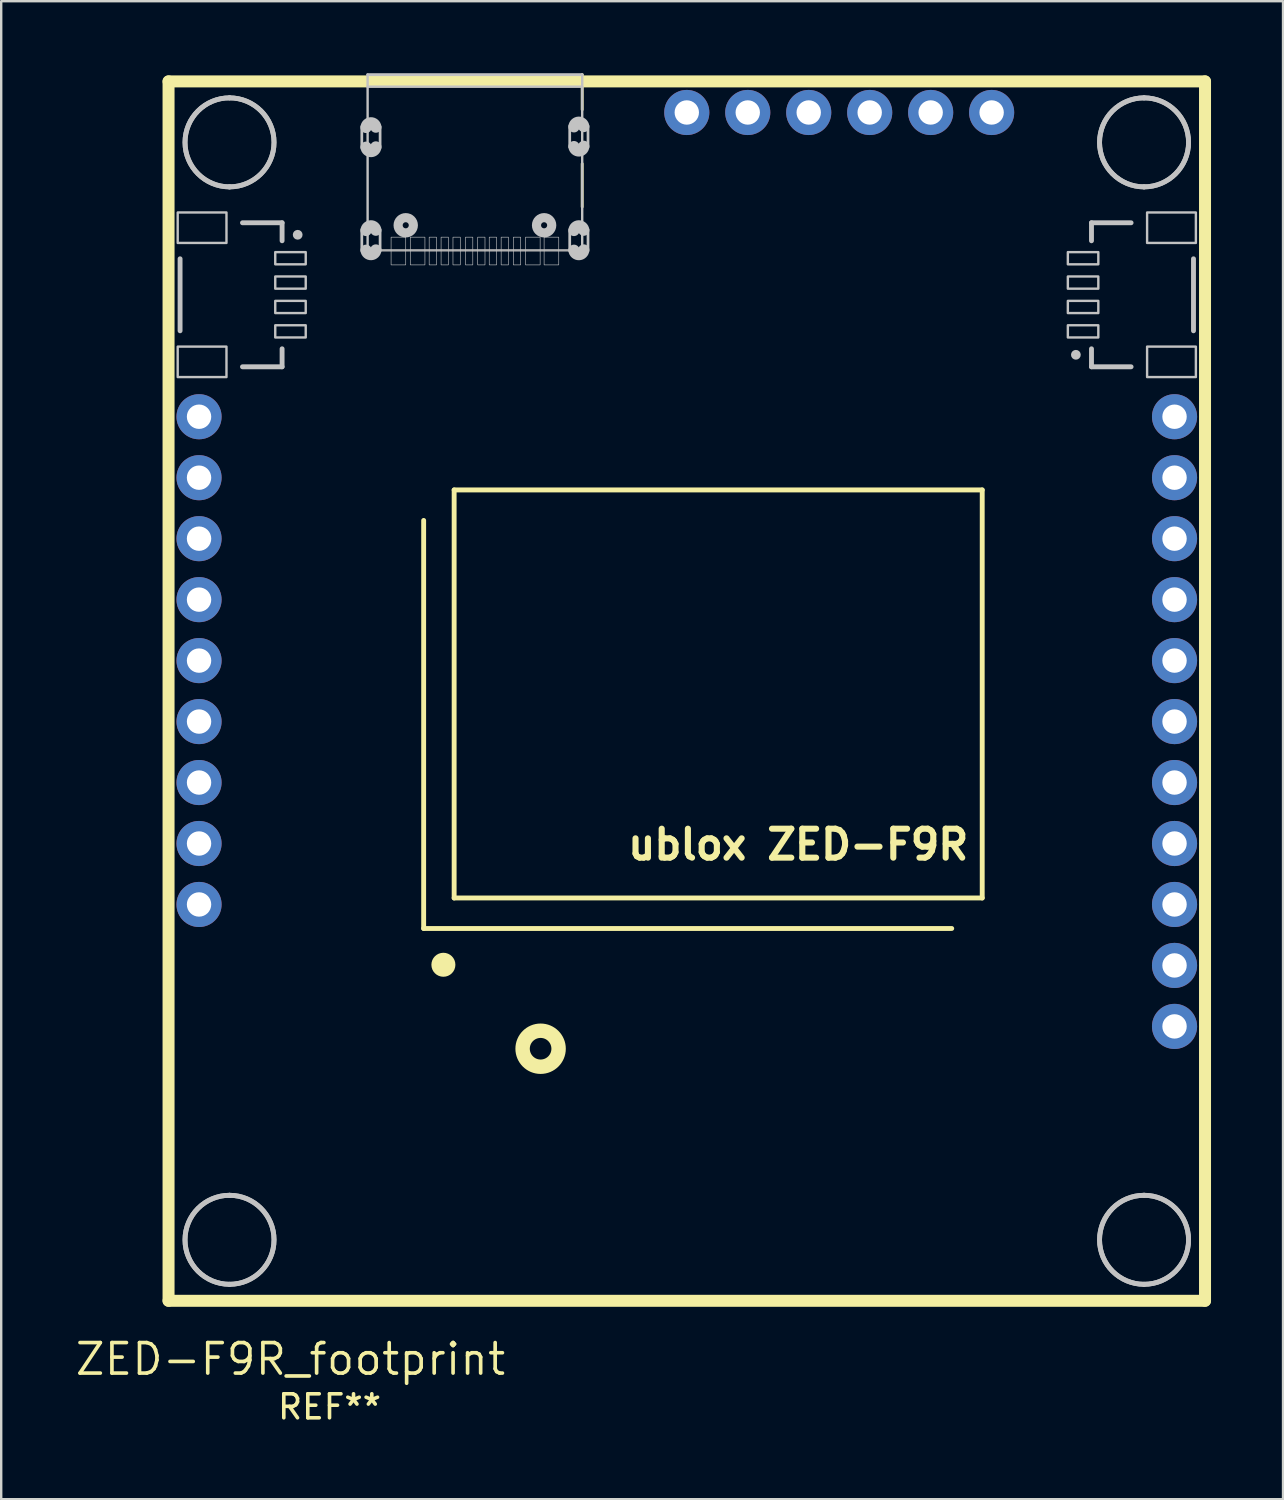
<source format=kicad_pcb>
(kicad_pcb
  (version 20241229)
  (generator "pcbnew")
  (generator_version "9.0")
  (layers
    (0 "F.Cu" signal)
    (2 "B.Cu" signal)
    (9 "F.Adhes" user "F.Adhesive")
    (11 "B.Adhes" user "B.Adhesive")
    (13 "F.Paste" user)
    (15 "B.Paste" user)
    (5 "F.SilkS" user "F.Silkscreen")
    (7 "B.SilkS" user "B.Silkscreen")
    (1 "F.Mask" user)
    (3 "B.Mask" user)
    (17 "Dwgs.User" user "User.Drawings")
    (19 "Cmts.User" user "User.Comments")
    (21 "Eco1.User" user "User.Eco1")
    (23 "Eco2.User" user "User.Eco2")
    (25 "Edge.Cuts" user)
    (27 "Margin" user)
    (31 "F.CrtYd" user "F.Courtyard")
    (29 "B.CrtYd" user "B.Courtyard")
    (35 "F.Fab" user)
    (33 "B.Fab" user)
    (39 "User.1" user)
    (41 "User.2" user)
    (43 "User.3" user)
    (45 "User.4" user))
  (footprint "ZED-F9R_footprint"
    (layer "F.Cu")
    (at 3.972 51.141)
    (property "Reference" "ZED-F9R_footprint" (at 5.08 3.175 0) (layer "F.SilkS") (effects (font (size 1.27 1.27) (thickness 0.152)) (justify bottom)))
    (attr through_hole)
    (fp_line (start 0 0) (end 0 -50.8) (stroke (width 0.5) (type solid)) (layer "F.SilkS"))
    (fp_line (start 10.628 -32.51) (end 10.628 -15.51) (stroke (width 0.203) (type solid)) (layer "F.SilkS"))
    (fp_line (start 10.628 -15.51) (end 32.628 -15.51) (stroke (width 0.203) (type solid)) (layer "F.SilkS"))
    (fp_line (start 11.898 -33.78) (end 11.898 -16.78) (stroke (width 0.203) (type solid)) (layer "F.SilkS"))
    (fp_line (start 11.898 -16.78) (end 33.898 -16.78) (stroke (width 0.203) (type solid)) (layer "F.SilkS"))
    (fp_line (start 17.233 -51.081) (end 17.233 -49.621) (stroke (width 0.12) (type solid)) (layer "F.SilkS"))
    (fp_line (start 17.233 -45.571) (end 17.233 -47.371) (stroke (width 0.12) (type solid)) (layer "F.SilkS"))
    (fp_line (start 33.898 -33.78) (end 11.898 -33.78) (stroke (width 0.203) (type solid)) (layer "F.SilkS"))
    (fp_line (start 33.898 -16.78) (end 33.898 -33.78) (stroke (width 0.203) (type solid)) (layer "F.SilkS"))
    (fp_line (start 43.18 -50.8) (end 0 -50.8) (stroke (width 0.5) (type solid)) (layer "F.SilkS"))
    (fp_line (start 43.18 -50.8) (end 43.18 0) (stroke (width 0.5) (type solid)) (layer "F.SilkS"))
    (fp_line (start 43.18 0) (end 0 0) (stroke (width 0.5) (type solid)) (layer "F.SilkS"))
    (fp_circle (center 11.45 -13.998) (end 11.7 -13.998) (stroke (width 0.5) (type solid)) (fill no) (layer "F.SilkS"))
    (fp_circle (center 15.5 -10.5) (end 16.25 -10.5) (stroke (width 0.6) (type solid)) (fill no) (layer "F.SilkS"))
    (fp_line (start 0.48 -43.41) (end 0.48 -40.41) (stroke (width 0.203) (type solid)) (layer "Dwgs.User"))
    (fp_line (start 3.08 -44.91) (end 4.73 -44.91) (stroke (width 0.203) (type solid)) (layer "Dwgs.User"))
    (fp_line (start 4.73 -44.91) (end 4.73 -44.16) (stroke (width 0.203) (type solid)) (layer "Dwgs.User"))
    (fp_line (start 4.73 -39.66) (end 4.73 -38.91) (stroke (width 0.203) (type solid)) (layer "Dwgs.User"))
    (fp_line (start 4.73 -38.91) (end 3.08 -38.91) (stroke (width 0.203) (type solid)) (layer "Dwgs.User"))
    (fp_line (start 8.293 -51.081) (end 17.233 -51.081) (stroke (width 0.12) (type solid)) (layer "Dwgs.User"))
    (fp_line (start 8.293 -43.761) (end 8.293 -51.081) (stroke (width 0.1) (type solid)) (layer "Dwgs.User"))
    (fp_line (start 17.233 -50.581) (end 8.293 -50.581) (stroke (width 0.1) (type solid)) (layer "Dwgs.User"))
    (fp_line (start 17.233 -43.761) (end 17.233 -51.081) (stroke (width 0.1) (type solid)) (layer "Dwgs.User"))
    (fp_line (start 38.45 -44.91) (end 40.1 -44.91) (stroke (width 0.203) (type solid)) (layer "Dwgs.User"))
    (fp_line (start 38.45 -44.16) (end 38.45 -44.91) (stroke (width 0.203) (type solid)) (layer "Dwgs.User"))
    (fp_line (start 38.45 -38.91) (end 38.45 -39.66) (stroke (width 0.203) (type solid)) (layer "Dwgs.User"))
    (fp_line (start 40.1 -38.91) (end 38.45 -38.91) (stroke (width 0.203) (type solid)) (layer "Dwgs.User"))
    (fp_line (start 42.7 -40.41) (end 42.7 -43.41) (stroke (width 0.203) (type solid)) (layer "Dwgs.User"))
    (fp_arc (start 2.54 -50.1142) (mid 4.3942 -48.26) (end 2.54 -46.4058) (stroke (width 0.2032) (type solid)) (layer "Dwgs.User"))
    (fp_arc (start 2.54 -50.1142) (mid 4.3942 -48.26) (end 2.54 -46.4058) (stroke (width 0.2032) (type solid)) (layer "Dwgs.User"))
    (fp_arc (start 2.54 -46.4058) (mid 0.6858 -48.26) (end 2.54 -50.1142) (stroke (width 0.2032) (type solid)) (layer "Dwgs.User"))
    (fp_arc (start 2.54 -46.4058) (mid 0.6858 -48.26) (end 2.54 -50.1142) (stroke (width 0.2032) (type solid)) (layer "Dwgs.User"))
    (fp_arc (start 2.54 -4.3942) (mid 4.3942 -2.54) (end 2.54 -0.6858) (stroke (width 0.2032) (type solid)) (layer "Dwgs.User"))
    (fp_arc (start 2.54 -4.3942) (mid 4.3942 -2.54) (end 2.54 -0.6858) (stroke (width 0.2032) (type solid)) (layer "Dwgs.User"))
    (fp_arc (start 2.54 -0.6858) (mid 0.6858 -2.54) (end 2.54 -4.3942) (stroke (width 0.2032) (type solid)) (layer "Dwgs.User"))
    (fp_arc (start 2.54 -0.6858) (mid 0.6858 -2.54) (end 2.54 -4.3942) (stroke (width 0.2032) (type solid)) (layer "Dwgs.User"))
    (fp_arc (start 8.228463 -48.883082) (mid 8.426814 -49.074294) (end 8.636 -48.895) (stroke (width 0.4699) (type solid)) (layer "Dwgs.User"))
    (fp_arc (start 8.228463 -44.590482) (mid 8.426814 -44.781694) (end 8.636 -44.6024) (stroke (width 0.4699) (type solid)) (layer "Dwgs.User"))
    (fp_arc (start 8.636 -48.068718) (mid 8.437649 -47.877506) (end 8.228463 -48.0568) (stroke (width 0.4699) (type solid)) (layer "Dwgs.User"))
    (fp_arc (start 8.636 -43.776118) (mid 8.437649 -43.584906) (end 8.228463 -43.7642) (stroke (width 0.4699) (type solid)) (layer "Dwgs.User"))
    (fp_arc (start 16.889863 -48.908482) (mid 17.088214 -49.099694) (end 17.2974 -48.9204) (stroke (width 0.4699) (type solid)) (layer "Dwgs.User"))
    (fp_arc (start 16.889863 -44.590482) (mid 17.088214 -44.781694) (end 17.2974 -44.6024) (stroke (width 0.4699) (type solid)) (layer "Dwgs.User"))
    (fp_arc (start 17.2974 -48.094118) (mid 17.099049 -47.902906) (end 16.889863 -48.0822) (stroke (width 0.4699) (type solid)) (layer "Dwgs.User"))
    (fp_arc (start 17.2974 -43.776118) (mid 17.099049 -43.584906) (end 16.889863 -43.7642) (stroke (width 0.4699) (type solid)) (layer "Dwgs.User"))
    (fp_arc (start 40.64 -50.1142) (mid 42.4942 -48.26) (end 40.64 -46.4058) (stroke (width 0.2032) (type solid)) (layer "Dwgs.User"))
    (fp_arc (start 40.64 -50.1142) (mid 42.4942 -48.26) (end 40.64 -46.4058) (stroke (width 0.2032) (type solid)) (layer "Dwgs.User"))
    (fp_arc (start 40.64 -46.4058) (mid 38.7858 -48.26) (end 40.64 -50.1142) (stroke (width 0.2032) (type solid)) (layer "Dwgs.User"))
    (fp_arc (start 40.64 -46.4058) (mid 38.7858 -48.26) (end 40.64 -50.1142) (stroke (width 0.2032) (type solid)) (layer "Dwgs.User"))
    (fp_arc (start 40.64 -4.3942) (mid 42.4942 -2.54) (end 40.64 -0.6858) (stroke (width 0.2032) (type solid)) (layer "Dwgs.User"))
    (fp_arc (start 40.64 -4.3942) (mid 42.4942 -2.54) (end 40.64 -0.6858) (stroke (width 0.2032) (type solid)) (layer "Dwgs.User"))
    (fp_arc (start 40.64 -0.6858) (mid 38.7858 -2.54) (end 40.64 -4.3942) (stroke (width 0.2032) (type solid)) (layer "Dwgs.User"))
    (fp_arc (start 40.64 -0.6858) (mid 38.7858 -2.54) (end 40.64 -4.3942) (stroke (width 0.2032) (type solid)) (layer "Dwgs.User"))
    (fp_circle (center 5.38 -44.41) (end 5.482 -44.41) (stroke (width 0.203) (type solid)) (fill no) (layer "Dwgs.User"))
    (fp_circle (center 9.881 -44.806) (end 10.008 -44.806) (stroke (width 0.381) (type solid)) (fill no) (layer "Dwgs.User"))
    (fp_circle (center 15.646 -44.806) (end 15.773 -44.806) (stroke (width 0.381) (type solid)) (fill no) (layer "Dwgs.User"))
    (fp_circle (center 37.8 -39.41) (end 37.902 -39.41) (stroke (width 0.203) (type solid)) (fill no) (layer "Dwgs.User"))
    (fp_poly (pts (xy 0.381 -44.069) (xy 2.413 -44.069) (xy 2.413 -45.339) (xy 0.381 -45.339)) (stroke (width 0.1) (type solid)) (fill no) (layer "Dwgs.User"))
    (fp_poly (pts (xy 0.381 -38.481) (xy 2.413 -38.481) (xy 2.413 -39.751) (xy 0.381 -39.751)) (stroke (width 0.1) (type solid)) (fill no) (layer "Dwgs.User"))
    (fp_poly (pts (xy 4.445 -43.18) (xy 5.715 -43.18) (xy 5.715 -43.688) (xy 4.445 -43.688)) (stroke (width 0.1) (type solid)) (fill no) (layer "Dwgs.User"))
    (fp_poly (pts (xy 4.445 -42.164) (xy 5.715 -42.164) (xy 5.715 -42.672) (xy 4.445 -42.672)) (stroke (width 0.1) (type solid)) (fill no) (layer "Dwgs.User"))
    (fp_poly (pts (xy 4.445 -41.148) (xy 5.715 -41.148) (xy 5.715 -41.656) (xy 4.445 -41.656)) (stroke (width 0.1) (type solid)) (fill no) (layer "Dwgs.User"))
    (fp_poly (pts (xy 4.445 -40.132) (xy 5.715 -40.132) (xy 5.715 -40.64) (xy 4.445 -40.64)) (stroke (width 0.1) (type solid)) (fill no) (layer "Dwgs.User"))
    (fp_poly (pts (xy 8.813 -48.031) (xy 8.051 -48.031) (xy 8.051 -48.92) (xy 8.813 -48.92)) (stroke (width 0.114) (type solid)) (fill no) (layer "Dwgs.User"))
    (fp_poly (pts (xy 8.813 -43.739) (xy 8.051 -43.739) (xy 8.051 -44.628) (xy 8.813 -44.628)) (stroke (width 0.114) (type solid)) (fill no) (layer "Dwgs.User"))
    (fp_poly (pts (xy 9.881 -43.155) (xy 9.271 -43.155) (xy 9.271 -44.31) (xy 9.881 -44.31)) (stroke (width 0.025) (type solid)) (fill no) (layer "Dwgs.User"))
    (fp_poly (pts (xy 10.681 -43.155) (xy 10.071 -43.155) (xy 10.071 -44.31) (xy 10.681 -44.31)) (stroke (width 0.025) (type solid)) (fill no) (layer "Dwgs.User"))
    (fp_poly (pts (xy 11.163 -43.155) (xy 10.858 -43.155) (xy 10.858 -44.31) (xy 11.163 -44.31)) (stroke (width 0.025) (type solid)) (fill no) (layer "Dwgs.User"))
    (fp_poly (pts (xy 11.659 -43.155) (xy 11.354 -43.155) (xy 11.354 -44.31) (xy 11.659 -44.31)) (stroke (width 0.025) (type solid)) (fill no) (layer "Dwgs.User"))
    (fp_poly (pts (xy 12.154 -43.155) (xy 11.849 -43.155) (xy 11.849 -44.31) (xy 12.154 -44.31)) (stroke (width 0.025) (type solid)) (fill no) (layer "Dwgs.User"))
    (fp_poly (pts (xy 12.675 -43.155) (xy 12.37 -43.155) (xy 12.37 -44.31) (xy 12.675 -44.31)) (stroke (width 0.025) (type solid)) (fill no) (layer "Dwgs.User"))
    (fp_poly (pts (xy 13.183 -43.155) (xy 12.878 -43.155) (xy 12.878 -44.31) (xy 13.183 -44.31)) (stroke (width 0.025) (type solid)) (fill no) (layer "Dwgs.User"))
    (fp_poly (pts (xy 13.665 -43.155) (xy 13.36 -43.155) (xy 13.36 -44.31) (xy 13.665 -44.31)) (stroke (width 0.025) (type solid)) (fill no) (layer "Dwgs.User"))
    (fp_poly (pts (xy 14.161 -43.155) (xy 13.856 -43.155) (xy 13.856 -44.31) (xy 14.161 -44.31)) (stroke (width 0.025) (type solid)) (fill no) (layer "Dwgs.User"))
    (fp_poly (pts (xy 14.668 -43.155) (xy 14.364 -43.155) (xy 14.364 -44.31) (xy 14.668 -44.31)) (stroke (width 0.025) (type solid)) (fill no) (layer "Dwgs.User"))
    (fp_poly (pts (xy 15.481 -43.155) (xy 14.872 -43.155) (xy 14.872 -44.31) (xy 15.481 -44.31)) (stroke (width 0.025) (type solid)) (fill no) (layer "Dwgs.User"))
    (fp_poly (pts (xy 16.256 -43.155) (xy 15.646 -43.155) (xy 15.646 -44.31) (xy 16.256 -44.31)) (stroke (width 0.025) (type solid)) (fill no) (layer "Dwgs.User"))
    (fp_poly (pts (xy 17.475 -48.057) (xy 16.713 -48.057) (xy 16.713 -48.946) (xy 17.475 -48.946)) (stroke (width 0.114) (type solid)) (fill no) (layer "Dwgs.User"))
    (fp_poly (pts (xy 17.475 -43.739) (xy 16.713 -43.739) (xy 16.713 -44.628) (xy 17.475 -44.628)) (stroke (width 0.114) (type solid)) (fill no) (layer "Dwgs.User"))
    (fp_poly (pts (xy 37.465 -43.18) (xy 38.735 -43.18) (xy 38.735 -43.688) (xy 37.465 -43.688)) (stroke (width 0.1) (type solid)) (fill no) (layer "Dwgs.User"))
    (fp_poly (pts (xy 37.465 -42.164) (xy 38.735 -42.164) (xy 38.735 -42.672) (xy 37.465 -42.672)) (stroke (width 0.1) (type solid)) (fill no) (layer "Dwgs.User"))
    (fp_poly (pts (xy 37.465 -41.148) (xy 38.735 -41.148) (xy 38.735 -41.656) (xy 37.465 -41.656)) (stroke (width 0.1) (type solid)) (fill no) (layer "Dwgs.User"))
    (fp_poly (pts (xy 37.465 -40.132) (xy 38.735 -40.132) (xy 38.735 -40.64) (xy 37.465 -40.64)) (stroke (width 0.1) (type solid)) (fill no) (layer "Dwgs.User"))
    (fp_poly (pts (xy 40.767 -44.069) (xy 42.799 -44.069) (xy 42.799 -45.339) (xy 40.767 -45.339)) (stroke (width 0.1) (type solid)) (fill no) (layer "Dwgs.User"))
    (fp_poly (pts (xy 40.767 -38.481) (xy 42.799 -38.481) (xy 42.799 -39.751) (xy 40.767 -39.751)) (stroke (width 0.1) (type solid)) (fill no) (layer "Dwgs.User"))
    (fp_line (start 17.233 -43.761) (end 8.293 -43.761) (stroke (width 0.1) (type solid)) (layer "F.Fab"))
    (fp_poly (pts (xy 1.016 -37.084) (xy 1.016 -36.576) (xy 1.524 -36.576) (xy 1.524 -37.084)) (stroke (width 0.1) (type solid)) (fill no) (layer "F.Fab"))
    (fp_poly (pts (xy 1.016 -34.544) (xy 1.016 -34.036) (xy 1.524 -34.036) (xy 1.524 -34.544)) (stroke (width 0.1) (type solid)) (fill no) (layer "F.Fab"))
    (fp_poly (pts (xy 1.016 -32.004) (xy 1.016 -31.496) (xy 1.524 -31.496) (xy 1.524 -32.004)) (stroke (width 0.1) (type solid)) (fill no) (layer "F.Fab"))
    (fp_poly (pts (xy 1.016 -29.464) (xy 1.016 -28.956) (xy 1.524 -28.956) (xy 1.524 -29.464)) (stroke (width 0.1) (type solid)) (fill no) (layer "F.Fab"))
    (fp_poly (pts (xy 1.016 -26.924) (xy 1.016 -26.416) (xy 1.524 -26.416) (xy 1.524 -26.924)) (stroke (width 0.1) (type solid)) (fill no) (layer "F.Fab"))
    (fp_poly (pts (xy 1.016 -24.384) (xy 1.016 -23.876) (xy 1.524 -23.876) (xy 1.524 -24.384)) (stroke (width 0.1) (type solid)) (fill no) (layer "F.Fab"))
    (fp_poly (pts (xy 1.016 -21.844) (xy 1.016 -21.336) (xy 1.524 -21.336) (xy 1.524 -21.844)) (stroke (width 0.1) (type solid)) (fill no) (layer "F.Fab"))
    (fp_poly (pts (xy 1.016 -19.304) (xy 1.016 -18.796) (xy 1.524 -18.796) (xy 1.524 -19.304)) (stroke (width 0.1) (type solid)) (fill no) (layer "F.Fab"))
    (fp_poly (pts (xy 1.016 -16.764) (xy 1.016 -16.256) (xy 1.524 -16.256) (xy 1.524 -16.764)) (stroke (width 0.1) (type solid)) (fill no) (layer "F.Fab"))
    (fp_poly (pts (xy 42.164 -36.576) (xy 42.164 -37.084) (xy 41.656 -37.084) (xy 41.656 -36.576)) (stroke (width 0.1) (type solid)) (fill no) (layer "F.Fab"))
    (fp_poly (pts (xy 42.164 -34.036) (xy 42.164 -34.544) (xy 41.656 -34.544) (xy 41.656 -34.036)) (stroke (width 0.1) (type solid)) (fill no) (layer "F.Fab"))
    (fp_poly (pts (xy 42.164 -31.496) (xy 42.164 -32.004) (xy 41.656 -32.004) (xy 41.656 -31.496)) (stroke (width 0.1) (type solid)) (fill no) (layer "F.Fab"))
    (fp_poly (pts (xy 42.164 -28.956) (xy 42.164 -29.464) (xy 41.656 -29.464) (xy 41.656 -28.956)) (stroke (width 0.1) (type solid)) (fill no) (layer "F.Fab"))
    (fp_poly (pts (xy 42.164 -26.416) (xy 42.164 -26.924) (xy 41.656 -26.924) (xy 41.656 -26.416)) (stroke (width 0.1) (type solid)) (fill no) (layer "F.Fab"))
    (fp_poly (pts (xy 42.164 -23.876) (xy 42.164 -24.384) (xy 41.656 -24.384) (xy 41.656 -23.876)) (stroke (width 0.1) (type solid)) (fill no) (layer "F.Fab"))
    (fp_poly (pts (xy 42.164 -21.336) (xy 42.164 -21.844) (xy 41.656 -21.844) (xy 41.656 -21.336)) (stroke (width 0.1) (type solid)) (fill no) (layer "F.Fab"))
    (fp_poly (pts (xy 42.164 -18.796) (xy 42.164 -19.304) (xy 41.656 -19.304) (xy 41.656 -18.796)) (stroke (width 0.1) (type solid)) (fill no) (layer "F.Fab"))
    (fp_poly (pts (xy 42.164 -16.256) (xy 42.164 -16.764) (xy 41.656 -16.764) (xy 41.656 -16.256)) (stroke (width 0.1) (type solid)) (fill no) (layer "F.Fab"))
    (fp_poly (pts (xy 42.164 -13.716) (xy 42.164 -14.224) (xy 41.656 -14.224) (xy 41.656 -13.716)) (stroke (width 0.1) (type solid)) (fill no) (layer "F.Fab"))
    (fp_poly (pts (xy 42.164 -11.176) (xy 42.164 -11.684) (xy 41.656 -11.684) (xy 41.656 -11.176)) (stroke (width 0.1) (type solid)) (fill no) (layer "F.Fab"))
    (fp_text user "ublox ZED-F9R" (at 19 -18.3 0) (layer "F.SilkS") (effects (font (size 1.206 1.206) (thickness 0.254)) (justify left bottom)))
    (fp_text user "REF**" (at 6.706 4.42 180) (layer "F.SilkS") (effects (font (size 1 1) (thickness 0.15))))
    (pad "1" thru_hole circle (at 1.27 -36.83) (size 1.88 1.88) (drill 1.016) (layers "*.Cu" "*.Mask"))
    (pad "2" thru_hole circle (at 1.27 -34.29) (size 1.88 1.88) (drill 1.016) (layers "*.Cu" "*.Mask"))
    (pad "3" thru_hole circle (at 1.27 -31.75) (size 1.88 1.88) (drill 1.016) (layers "*.Cu" "*.Mask"))
    (pad "4" thru_hole circle (at 1.27 -29.21) (size 1.88 1.88) (drill 1.016) (layers "*.Cu" "*.Mask"))
    (pad "5" thru_hole circle (at 1.27 -26.67) (size 1.88 1.88) (drill 1.016) (layers "*.Cu" "*.Mask"))
    (pad "6" thru_hole circle (at 1.27 -24.13) (size 1.88 1.88) (drill 1.016) (layers "*.Cu" "*.Mask"))
    (pad "7" thru_hole circle (at 1.27 -21.59) (size 1.88 1.88) (drill 1.016) (layers "*.Cu" "*.Mask"))
    (pad "8" thru_hole circle (at 1.27 -19.05) (size 1.88 1.88) (drill 1.016) (layers "*.Cu" "*.Mask"))
    (pad "9" thru_hole circle (at 1.27 -16.51) (size 1.88 1.88) (drill 1.016) (layers "*.Cu" "*.Mask"))
    (pad "10" thru_hole circle (at 41.91 -11.43 180) (size 1.88 1.88) (drill 1.016) (layers "*.Cu" "*.Mask"))
    (pad "11" thru_hole circle (at 41.91 -13.97 180) (size 1.88 1.88) (drill 1.016) (layers "*.Cu" "*.Mask"))
    (pad "12" thru_hole circle (at 41.91 -16.51 180) (size 1.88 1.88) (drill 1.016) (layers "*.Cu" "*.Mask"))
    (pad "13" thru_hole circle (at 41.91 -19.05 180) (size 1.88 1.88) (drill 1.016) (layers "*.Cu" "*.Mask"))
    (pad "14" thru_hole circle (at 41.91 -21.59 180) (size 1.88 1.88) (drill 1.016) (layers "*.Cu" "*.Mask"))
    (pad "15" thru_hole circle (at 41.91 -24.13 180) (size 1.88 1.88) (drill 1.016) (layers "*.Cu" "*.Mask"))
    (pad "16" thru_hole circle (at 41.91 -26.67 180) (size 1.88 1.88) (drill 1.016) (layers "*.Cu" "*.Mask"))
    (pad "17" thru_hole circle (at 41.91 -29.21 180) (size 1.88 1.88) (drill 1.016) (layers "*.Cu" "*.Mask"))
    (pad "18" thru_hole circle (at 41.91 -31.75 180) (size 1.88 1.88) (drill 1.016) (layers "*.Cu" "*.Mask"))
    (pad "19" thru_hole circle (at 41.91 -34.29 180) (size 1.88 1.88) (drill 1.016) (layers "*.Cu" "*.Mask"))
    (pad "20" thru_hole circle (at 41.91 -36.83 180) (size 1.88 1.88) (drill 1.016) (layers "*.Cu" "*.Mask"))
    (pad "21" thru_hole circle (at 34.29 -49.505 90) (size 1.88 1.88) (drill 1.016) (layers "*.Cu" "*.Mask"))
    (pad "22" thru_hole circle (at 31.75 -49.505 90) (size 1.88 1.88) (drill 1.016) (layers "*.Cu" "*.Mask"))
    (pad "23" thru_hole circle (at 29.21 -49.505 90) (size 1.88 1.88) (drill 1.016) (layers "*.Cu" "*.Mask"))
    (pad "24" thru_hole circle (at 26.67 -49.505 90) (size 1.88 1.88) (drill 1.016) (layers "*.Cu" "*.Mask"))
    (pad "25" thru_hole circle (at 24.13 -49.505 90) (size 1.88 1.88) (drill 1.016) (layers "*.Cu" "*.Mask"))
    (pad "26" thru_hole circle (at 21.59 -49.505 90) (size 1.88 1.88) (drill 1.016) (layers "*.Cu" "*.Mask")))
  (gr_rect
    (start -3 -3)
    (end 50.402 59.409)
    (stroke (width 0.1) (type default))
    (fill no)
    (layer "Edge.Cuts")))
</source>
